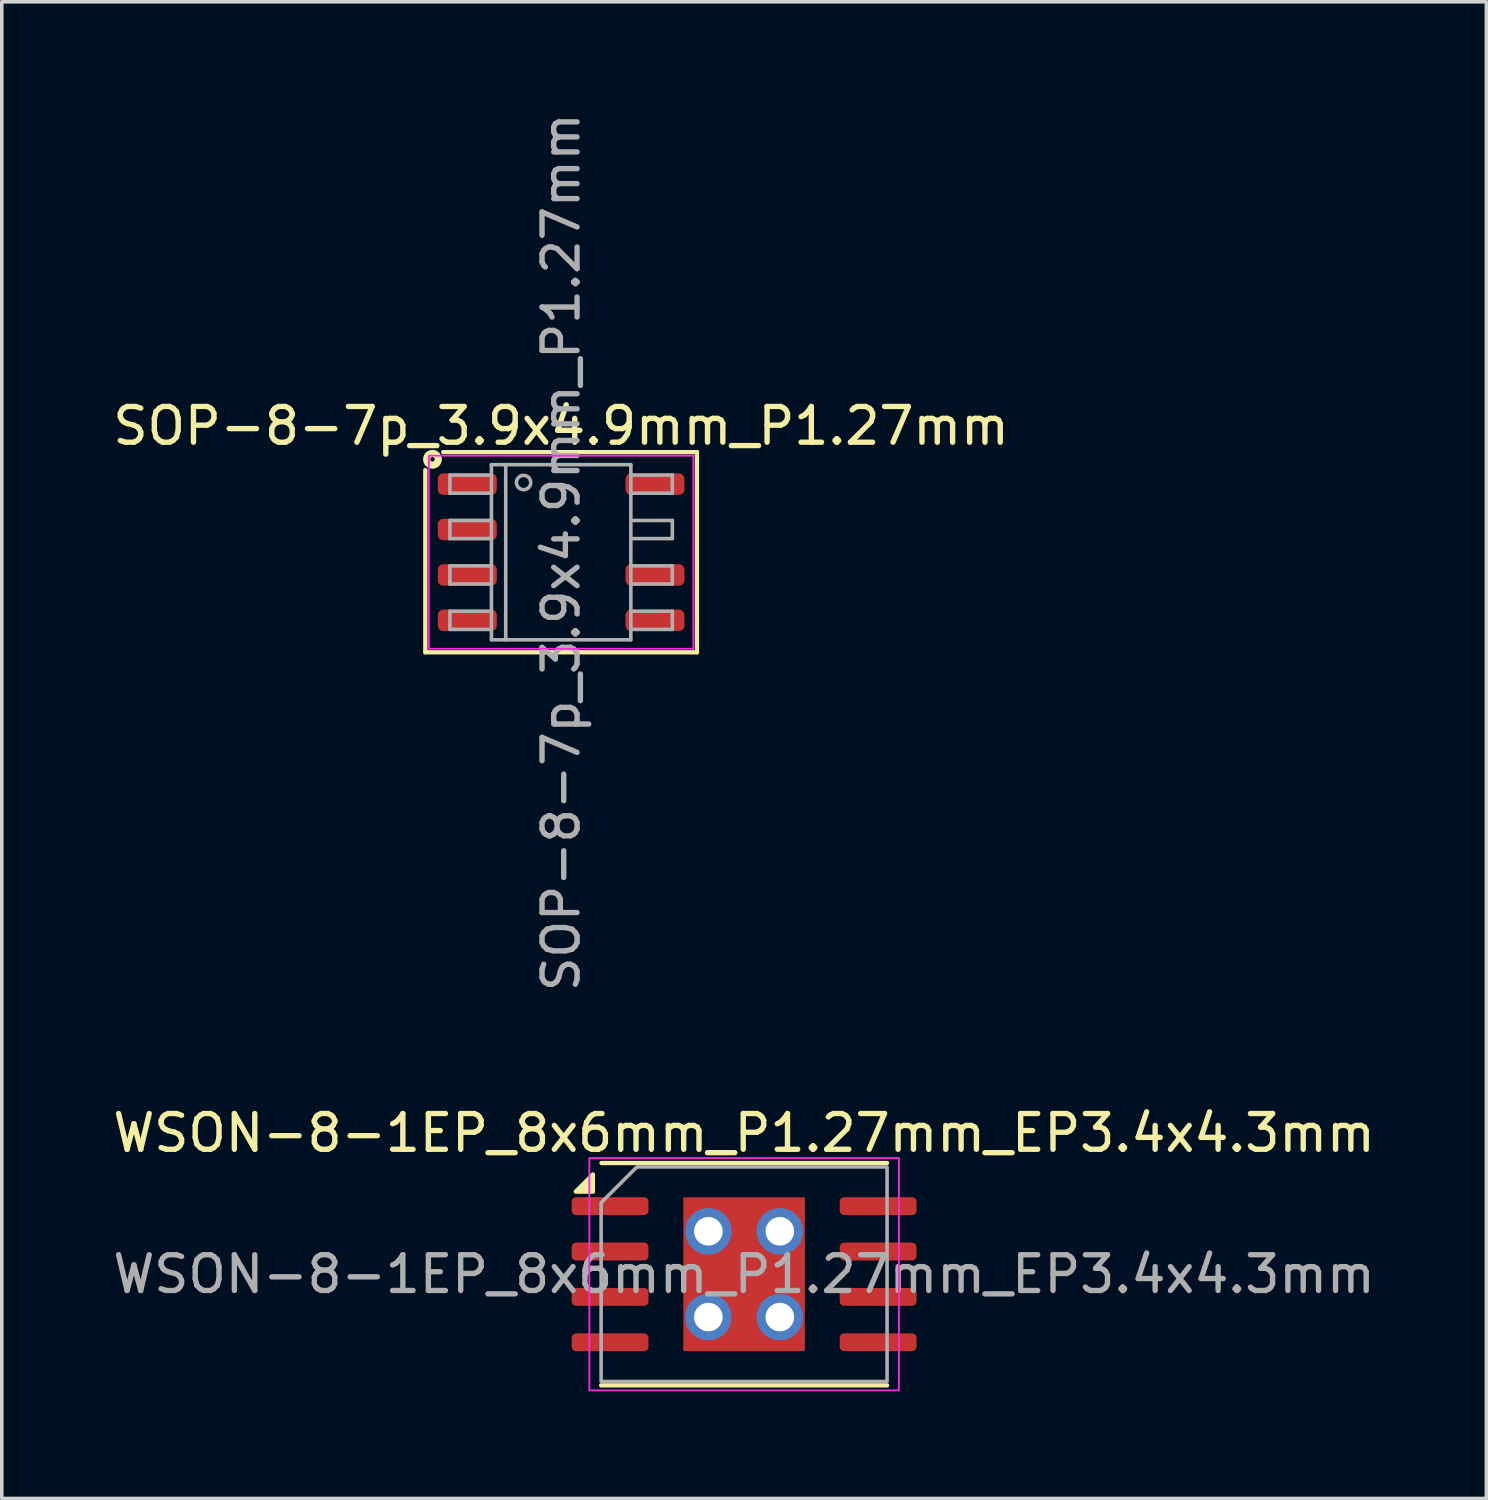
<source format=kicad_pcb>
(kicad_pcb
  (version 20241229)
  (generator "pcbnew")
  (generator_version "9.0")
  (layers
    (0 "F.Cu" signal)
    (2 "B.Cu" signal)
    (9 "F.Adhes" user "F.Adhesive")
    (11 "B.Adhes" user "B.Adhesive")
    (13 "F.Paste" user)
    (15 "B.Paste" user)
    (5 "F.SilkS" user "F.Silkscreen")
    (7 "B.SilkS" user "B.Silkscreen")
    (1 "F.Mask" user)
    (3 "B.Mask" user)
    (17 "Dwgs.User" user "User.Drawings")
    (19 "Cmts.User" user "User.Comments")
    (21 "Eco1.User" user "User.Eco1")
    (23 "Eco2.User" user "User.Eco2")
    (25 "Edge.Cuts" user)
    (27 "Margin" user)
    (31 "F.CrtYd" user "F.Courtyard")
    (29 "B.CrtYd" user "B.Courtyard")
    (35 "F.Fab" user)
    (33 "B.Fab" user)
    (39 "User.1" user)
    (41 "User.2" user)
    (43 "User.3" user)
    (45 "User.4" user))
  (footprint "WSON-8-1EP_8x6mm_P1.27mm_EP3.4x4.3mm"
    (layer "F.Cu")
    (at 17.768 32.599)
    (property "Reference" "WSON-8-1EP_8x6mm_P1.27mm_EP3.4x4.3mm" (at 0 -3.95 0) (layer "F.SilkS") (effects (font (size 1 1) (thickness 0.15))))
    (attr smd)
    (fp_line (start -4 3.11) (end 4 3.11) (stroke (width 0.12) (type solid)) (layer "F.SilkS"))
    (fp_line (start -3.99 -3.11) (end 4 -3.11) (stroke (width 0.12) (type solid)) (layer "F.SilkS"))
    (fp_poly (pts (xy -4.23 -2.31) (xy -4.71 -2.31) (xy -4.23 -2.79)) (stroke (width 0.12) (type solid)) (fill yes) (layer "F.SilkS"))
    (fp_rect (start -4.33 -3.25) (end 4.33 3.25) (stroke (width 0.05) (type solid)) (fill no) (layer "F.CrtYd"))
    (fp_poly (pts (xy -4 -2) (xy -4 3) (xy 4 3) (xy 4 -3) (xy -3 -3)) (stroke (width 0.1) (type solid)) (fill no) (layer "F.Fab"))
    (fp_text user "${REFERENCE}" (at 0 0 0) (layer "F.Fab") (effects (font (size 1 1) (thickness 0.15))))
    (pad "" smd roundrect (at -0.85 -1.075) (size 1.37 1.73) (layers "F.Paste") (roundrect_rratio 0.182))
    (pad "" smd roundrect (at -0.85 1.075) (size 1.37 1.73) (layers "F.Paste") (roundrect_rratio 0.182))
    (pad "" smd roundrect (at 0.85 -1.075) (size 1.37 1.73) (layers "F.Paste") (roundrect_rratio 0.182))
    (pad "" smd roundrect (at 0.85 1.075) (size 1.37 1.73) (layers "F.Paste") (roundrect_rratio 0.182))
    (pad "1" smd roundrect (at -3.75 -1.905) (size 2.15 0.5) (layers "F.Cu" "F.Mask" "F.Paste") (roundrect_rratio 0.25))
    (pad "2" smd roundrect (at -3.75 -0.635) (size 2.15 0.5) (layers "F.Cu" "F.Mask" "F.Paste") (roundrect_rratio 0.25))
    (pad "3" smd roundrect (at -3.75 0.635) (size 2.15 0.5) (layers "F.Cu" "F.Mask" "F.Paste") (roundrect_rratio 0.25))
    (pad "4" smd roundrect (at -3.75 1.905) (size 2.15 0.5) (layers "F.Cu" "F.Mask" "F.Paste") (roundrect_rratio 0.25))
    (pad "5" smd roundrect (at 3.75 1.905) (size 2.15 0.5) (layers "F.Cu" "F.Mask" "F.Paste") (roundrect_rratio 0.25))
    (pad "6" smd roundrect (at 3.75 0.635) (size 2.15 0.5) (layers "F.Cu" "F.Mask" "F.Paste") (roundrect_rratio 0.25))
    (pad "7" smd roundrect (at 3.75 -0.635) (size 2.15 0.5) (layers "F.Cu" "F.Mask" "F.Paste") (roundrect_rratio 0.25))
    (pad "8" smd roundrect (at 3.75 -1.905) (size 2.15 0.5) (layers "F.Cu" "F.Mask" "F.Paste") (roundrect_rratio 0.25))
    (pad "9" thru_hole circle (at -1 -1.2) (size 1.3 1.3) (drill 0.8) (property pad_prop_heatsink) (layers "*.Cu"))
    (pad "9" thru_hole circle (at -1 1.2) (size 1.3 1.3) (drill 0.8) (property pad_prop_heatsink) (layers "*.Cu"))
    (pad "9" smd rect (at 0 0) (size 3.4 4.3) (property pad_prop_heatsink) (layers "F.Cu" "F.Mask"))
    (pad "9" thru_hole circle (at 1 -1.2) (size 1.3 1.3) (drill 0.8) (property pad_prop_heatsink) (layers "*.Cu"))
    (pad "9" thru_hole circle (at 1 1.2) (size 1.3 1.3) (drill 0.8) (property pad_prop_heatsink) (layers "*.Cu")))
  (footprint "SOP-8-7p_3.9x4.9mm_P1.27mm"
    (layer "F.Cu")
    (at 12.649 12.4)
    (property "Reference" "SOP-8-7p_3.9x4.9mm_P1.27mm" (at 0 -3.533 0) (layer "F.SilkS") (effects (font (size 1 1) (thickness 0.15))))
    (attr smd)
    (fp_line (start -3.8 -2.3) (end -3.8 2.8) (stroke (width 0.12) (type solid)) (layer "F.SilkS"))
    (fp_line (start -3.8 2.8) (end 3.8 2.8) (stroke (width 0.12) (type solid)) (layer "F.SilkS"))
    (fp_line (start 3.8 -2.8) (end -3.3 -2.8) (stroke (width 0.12) (type solid)) (layer "F.SilkS"))
    (fp_line (start 3.8 2.8) (end 3.8 -2.8) (stroke (width 0.12) (type solid)) (layer "F.SilkS"))
    (fp_circle (center -3.6 -2.6) (end -3.537 -2.6) (stroke (width 0.2) (type solid)) (fill no) (layer "F.SilkS"))
    (fp_line (start -3.7 -2.7) (end -3.7 2.7) (stroke (width 0.05) (type solid)) (layer "F.CrtYd"))
    (fp_line (start -3.7 2.7) (end 3.7 2.7) (stroke (width 0.05) (type solid)) (layer "F.CrtYd"))
    (fp_line (start 3.7 -2.7) (end -3.7 -2.7) (stroke (width 0.05) (type solid)) (layer "F.CrtYd"))
    (fp_line (start 3.7 2.7) (end 3.7 -2.7) (stroke (width 0.05) (type solid)) (layer "F.CrtYd"))
    (fp_line (start -3.111 -2.159) (end -3.111 -1.651) (stroke (width 0.1) (type solid)) (layer "F.Fab"))
    (fp_line (start -3.111 -2.159) (end -1.968 -2.159) (stroke (width 0.1) (type solid)) (layer "F.Fab"))
    (fp_line (start -3.111 -1.651) (end -1.968 -1.651) (stroke (width 0.1) (type solid)) (layer "F.Fab"))
    (fp_line (start -3.111 -0.889) (end -3.111 -0.381) (stroke (width 0.1) (type solid)) (layer "F.Fab"))
    (fp_line (start -3.111 -0.889) (end -1.968 -0.889) (stroke (width 0.1) (type solid)) (layer "F.Fab"))
    (fp_line (start -3.111 -0.381) (end -1.968 -0.381) (stroke (width 0.1) (type solid)) (layer "F.Fab"))
    (fp_line (start -3.111 0.381) (end -3.111 0.889) (stroke (width 0.1) (type solid)) (layer "F.Fab"))
    (fp_line (start -3.111 0.381) (end -1.968 0.381) (stroke (width 0.1) (type solid)) (layer "F.Fab"))
    (fp_line (start -3.111 0.889) (end -1.968 0.889) (stroke (width 0.1) (type solid)) (layer "F.Fab"))
    (fp_line (start -3.111 1.651) (end -3.111 2.159) (stroke (width 0.1) (type solid)) (layer "F.Fab"))
    (fp_line (start -3.111 1.651) (end -1.968 1.651) (stroke (width 0.1) (type solid)) (layer "F.Fab"))
    (fp_line (start -3.111 2.159) (end -1.968 2.159) (stroke (width 0.1) (type solid)) (layer "F.Fab"))
    (fp_line (start -1.95 -2.45) (end 1.95 -2.45) (stroke (width 0.1) (type solid)) (layer "F.Fab"))
    (fp_line (start -1.95 2.45) (end -1.95 -2.45) (stroke (width 0.1) (type solid)) (layer "F.Fab"))
    (fp_line (start -1.55 -2.45) (end -1.55 2.45) (stroke (width 0.1) (type solid)) (layer "F.Fab"))
    (fp_line (start 1.95 -2.45) (end 1.95 2.45) (stroke (width 0.1) (type solid)) (layer "F.Fab"))
    (fp_line (start 1.95 2.45) (end -1.95 2.45) (stroke (width 0.1) (type solid)) (layer "F.Fab"))
    (fp_line (start 3.111 -2.159) (end 1.968 -2.159) (stroke (width 0.1) (type solid)) (layer "F.Fab"))
    (fp_line (start 3.111 -1.651) (end 1.968 -1.651) (stroke (width 0.1) (type solid)) (layer "F.Fab"))
    (fp_line (start 3.111 -1.651) (end 3.111 -2.159) (stroke (width 0.1) (type solid)) (layer "F.Fab"))
    (fp_line (start 3.111 -0.889) (end 1.968 -0.889) (stroke (width 0.1) (type solid)) (layer "F.Fab"))
    (fp_line (start 3.111 -0.381) (end 1.968 -0.381) (stroke (width 0.1) (type solid)) (layer "F.Fab"))
    (fp_line (start 3.111 -0.381) (end 3.111 -0.889) (stroke (width 0.1) (type solid)) (layer "F.Fab"))
    (fp_line (start 3.111 0.381) (end 1.968 0.381) (stroke (width 0.1) (type solid)) (layer "F.Fab"))
    (fp_line (start 3.111 0.889) (end 1.968 0.889) (stroke (width 0.1) (type solid)) (layer "F.Fab"))
    (fp_line (start 3.111 0.889) (end 3.111 0.381) (stroke (width 0.1) (type solid)) (layer "F.Fab"))
    (fp_line (start 3.111 1.651) (end 1.968 1.651) (stroke (width 0.1) (type solid)) (layer "F.Fab"))
    (fp_line (start 3.111 2.159) (end 1.968 2.159) (stroke (width 0.1) (type solid)) (layer "F.Fab"))
    (fp_line (start 3.111 2.159) (end 3.111 1.651) (stroke (width 0.1) (type solid)) (layer "F.Fab"))
    (fp_circle (center -1.05 -1.95) (end -0.85 -1.95) (stroke (width 0.1) (type solid)) (fill no) (layer "F.Fab"))
    (fp_text user "${REFERENCE}" (at 0 0 90) (layer "F.Fab") (effects (font (size 0.98 0.98) (thickness 0.15))))
    (pad "1" smd roundrect (at -2.625 -1.905) (size 1.65 0.6) (layers "F.Cu" "F.Mask" "F.Paste") (roundrect_rratio 0.25))
    (pad "2" smd roundrect (at -2.625 -0.635) (size 1.65 0.6) (layers "F.Cu" "F.Mask" "F.Paste") (roundrect_rratio 0.25))
    (pad "3" smd roundrect (at -2.625 0.635) (size 1.65 0.6) (layers "F.Cu" "F.Mask" "F.Paste") (roundrect_rratio 0.25))
    (pad "4" smd roundrect (at -2.625 1.905) (size 1.65 0.6) (layers "F.Cu" "F.Mask" "F.Paste") (roundrect_rratio 0.25))
    (pad "5" smd roundrect (at 2.625 1.905) (size 1.65 0.6) (layers "F.Cu" "F.Mask" "F.Paste") (roundrect_rratio 0.25))
    (pad "6" smd roundrect (at 2.625 0.635) (size 1.65 0.6) (layers "F.Cu" "F.Mask" "F.Paste") (roundrect_rratio 0.25))
    (pad "7" smd roundrect (at 2.625 -1.905) (size 1.65 0.6) (layers "F.Cu" "F.Mask" "F.Paste") (roundrect_rratio 0.25)))
  (gr_rect
    (start -3 -3)
    (end 38.536 38.874)
    (stroke (width 0.1) (type default))
    (fill no)
    (layer "Edge.Cuts")))
</source>
